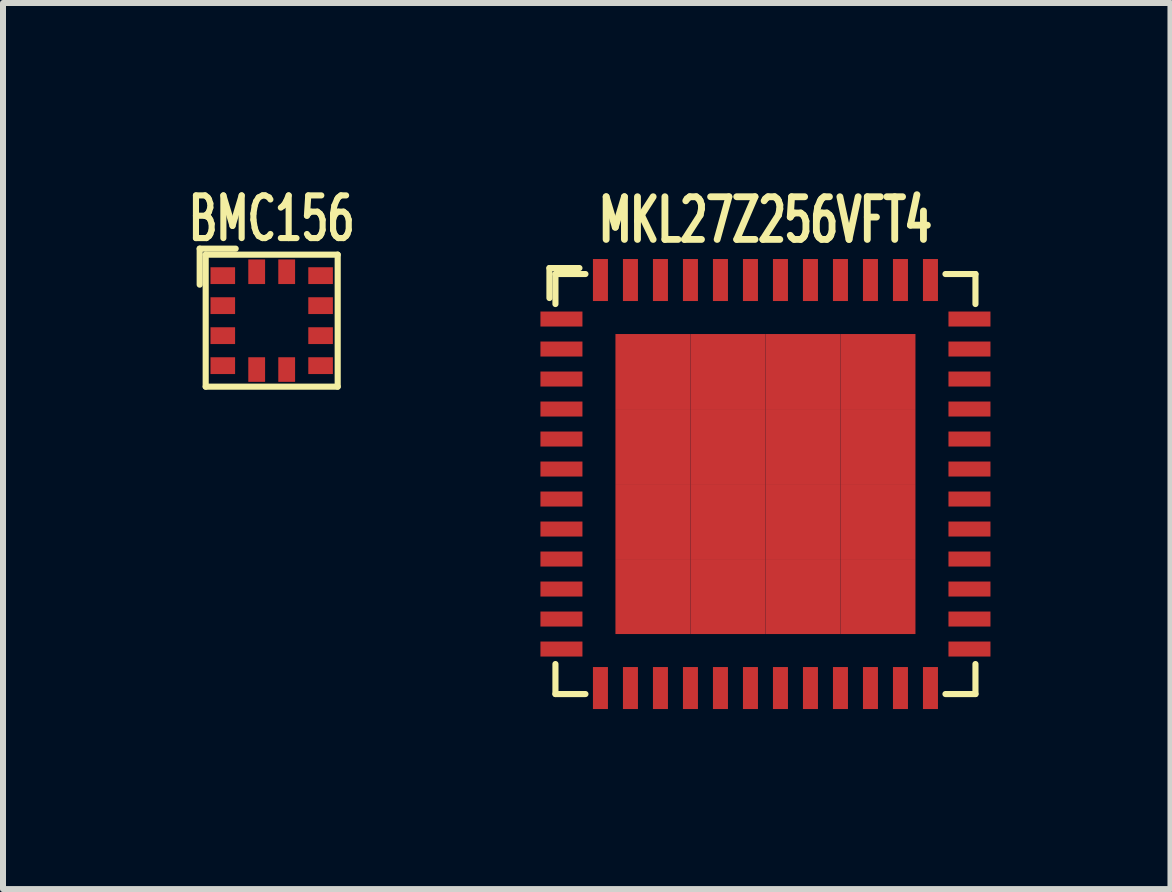
<source format=kicad_pcb>
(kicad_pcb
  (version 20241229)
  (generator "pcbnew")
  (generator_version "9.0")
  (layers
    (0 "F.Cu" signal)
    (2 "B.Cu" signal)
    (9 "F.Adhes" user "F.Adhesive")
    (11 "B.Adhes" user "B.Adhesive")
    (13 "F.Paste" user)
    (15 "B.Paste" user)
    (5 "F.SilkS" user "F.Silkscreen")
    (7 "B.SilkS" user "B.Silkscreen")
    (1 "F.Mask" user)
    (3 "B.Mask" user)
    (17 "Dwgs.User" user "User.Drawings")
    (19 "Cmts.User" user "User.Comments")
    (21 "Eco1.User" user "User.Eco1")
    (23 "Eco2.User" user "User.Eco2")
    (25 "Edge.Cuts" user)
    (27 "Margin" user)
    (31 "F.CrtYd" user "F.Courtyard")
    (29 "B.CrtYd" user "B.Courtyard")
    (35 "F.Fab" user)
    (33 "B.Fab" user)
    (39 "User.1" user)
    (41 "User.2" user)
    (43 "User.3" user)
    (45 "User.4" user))
  (footprint "BMC156"
    (layer "F.Cu")
    (at 1.478 2.294)
    (property "Reference" "BMC156" (at 0 -1.7 0) (layer "F.SilkS") (effects (font (size 0.711 0.457) (thickness 0.102))))
    (attr through_hole)
    (fp_line (start -1.2 -1.2) (end -1.2 -0.6) (stroke (width 0.102) (type solid)) (layer "F.SilkS"))
    (fp_line (start -1.1 -1.1) (end 1.1 -1.1) (stroke (width 0.102) (type solid)) (layer "F.SilkS"))
    (fp_line (start -1.1 1.1) (end -1.1 -1.1) (stroke (width 0.102) (type solid)) (layer "F.SilkS"))
    (fp_line (start -0.6 -1.2) (end -1.2 -1.2) (stroke (width 0.102) (type solid)) (layer "F.SilkS"))
    (fp_line (start 1.1 -1.1) (end 1.1 1.1) (stroke (width 0.102) (type solid)) (layer "F.SilkS"))
    (fp_line (start 1.1 1.1) (end -1.1 1.1) (stroke (width 0.102) (type solid)) (layer "F.SilkS"))
    (pad "1" smd rect (at -0.815 -0.75) (size 0.41 0.28) (layers "F.Cu" "F.Mask" "F.Paste"))
    (pad "2" smd rect (at -0.815 -0.25 180) (size 0.41 0.28) (layers "F.Cu" "F.Mask" "F.Paste"))
    (pad "3" smd rect (at -0.815 0.25) (size 0.41 0.28) (layers "F.Cu" "F.Mask" "F.Paste"))
    (pad "4" smd rect (at -0.815 0.75) (size 0.41 0.28) (layers "F.Cu" "F.Mask" "F.Paste"))
    (pad "5" smd rect (at -0.25 0.815 90) (size 0.41 0.28) (layers "F.Cu" "F.Mask" "F.Paste"))
    (pad "6" smd rect (at 0.25 0.815 90) (size 0.41 0.28) (layers "F.Cu" "F.Mask" "F.Paste"))
    (pad "7" smd rect (at 0.815 0.75 180) (size 0.41 0.28) (layers "F.Cu" "F.Mask" "F.Paste"))
    (pad "8" smd rect (at 0.815 0.25 180) (size 0.41 0.28) (layers "F.Cu" "F.Mask" "F.Paste"))
    (pad "9" smd rect (at 0.815 -0.25 180) (size 0.41 0.28) (layers "F.Cu" "F.Mask" "F.Paste"))
    (pad "10" smd rect (at 0.815 -0.75 180) (size 0.41 0.28) (layers "F.Cu" "F.Mask" "F.Paste"))
    (pad "11" smd rect (at 0.25 -0.815 90) (size 0.41 0.28) (layers "F.Cu" "F.Mask" "F.Paste"))
    (pad "12" smd rect (at -0.25 -0.815 90) (size 0.41 0.28) (layers "F.Cu" "F.Mask" "F.Paste")))
  (footprint "MKL27Z256VFT4"
    (layer "F.Cu")
    (at 9.707 5.017)
    (property "Reference" "MKL27Z256VFT4" (at 0 -4.4 0) (layer "F.SilkS") (effects (font (size 0.711 0.457) (thickness 0.114))))
    (attr smd)
    (fp_line (start -3.6 -3.6) (end -3.6 -3.1) (stroke (width 0.102) (type solid)) (layer "F.SilkS"))
    (fp_line (start -3.5 -3.5) (end -3.5 -3) (stroke (width 0.102) (type solid)) (layer "F.SilkS"))
    (fp_line (start -3.5 3.5) (end -3.5 3) (stroke (width 0.102) (type solid)) (layer "F.SilkS"))
    (fp_line (start -3.1 -3.6) (end -3.6 -3.6) (stroke (width 0.102) (type solid)) (layer "F.SilkS"))
    (fp_line (start -3 -3.5) (end -3.5 -3.5) (stroke (width 0.102) (type solid)) (layer "F.SilkS"))
    (fp_line (start -3 3.5) (end -3.5 3.5) (stroke (width 0.102) (type solid)) (layer "F.SilkS"))
    (fp_line (start 3 -3.5) (end 3.5 -3.5) (stroke (width 0.102) (type solid)) (layer "F.SilkS"))
    (fp_line (start 3.5 -3.5) (end 3.5 -3) (stroke (width 0.102) (type solid)) (layer "F.SilkS"))
    (fp_line (start 3.5 3) (end 3.5 3.5) (stroke (width 0.102) (type solid)) (layer "F.SilkS"))
    (fp_line (start 3.5 3.5) (end 3 3.5) (stroke (width 0.102) (type solid)) (layer "F.SilkS"))
    (pad "1" smd rect (at -3.4 -2.75) (size 0.7 0.25) (layers "F.Cu" "F.Mask" "F.Paste"))
    (pad "2" smd rect (at -3.4 -2.25) (size 0.7 0.25) (layers "F.Cu" "F.Mask" "F.Paste"))
    (pad "3" smd rect (at -3.4 -1.75) (size 0.7 0.25) (layers "F.Cu" "F.Mask" "F.Paste"))
    (pad "4" smd rect (at -3.4 -1.25) (size 0.7 0.25) (layers "F.Cu" "F.Mask" "F.Paste"))
    (pad "5" smd rect (at -3.4 -0.75) (size 0.7 0.25) (layers "F.Cu" "F.Mask" "F.Paste"))
    (pad "6" smd rect (at -3.4 -0.25) (size 0.7 0.25) (layers "F.Cu" "F.Mask" "F.Paste"))
    (pad "7" smd rect (at -3.4 0.25) (size 0.7 0.25) (layers "F.Cu" "F.Mask" "F.Paste"))
    (pad "8" smd rect (at -3.4 0.75) (size 0.7 0.25) (layers "F.Cu" "F.Mask" "F.Paste"))
    (pad "9" smd rect (at -3.4 1.25) (size 0.7 0.25) (layers "F.Cu" "F.Mask" "F.Paste"))
    (pad "10" smd rect (at -3.4 1.75) (size 0.7 0.25) (layers "F.Cu" "F.Mask" "F.Paste"))
    (pad "11" smd rect (at -3.4 2.25) (size 0.7 0.25) (layers "F.Cu" "F.Mask" "F.Paste"))
    (pad "12" smd rect (at -3.4 2.75) (size 0.7 0.25) (layers "F.Cu" "F.Mask" "F.Paste"))
    (pad "13" smd rect (at -2.75 3.4 90) (size 0.7 0.25) (layers "F.Cu" "F.Mask" "F.Paste"))
    (pad "14" smd rect (at -2.25 3.4 90) (size 0.7 0.25) (layers "F.Cu" "F.Mask" "F.Paste"))
    (pad "15" smd rect (at -1.75 3.4 90) (size 0.7 0.25) (layers "F.Cu" "F.Mask" "F.Paste"))
    (pad "16" smd rect (at -1.25 3.4 90) (size 0.7 0.25) (layers "F.Cu" "F.Mask" "F.Paste"))
    (pad "17" smd rect (at -0.75 3.4 90) (size 0.7 0.25) (layers "F.Cu" "F.Mask" "F.Paste"))
    (pad "18" smd rect (at -0.25 3.4 90) (size 0.7 0.25) (layers "F.Cu" "F.Mask" "F.Paste"))
    (pad "19" smd rect (at 0.25 3.4 90) (size 0.7 0.25) (layers "F.Cu" "F.Mask" "F.Paste"))
    (pad "20" smd rect (at 0.75 3.4 90) (size 0.7 0.25) (layers "F.Cu" "F.Mask" "F.Paste"))
    (pad "21" smd rect (at 1.25 3.4 90) (size 0.7 0.25) (layers "F.Cu" "F.Mask" "F.Paste"))
    (pad "22" smd rect (at 1.75 3.4 90) (size 0.7 0.25) (layers "F.Cu" "F.Mask" "F.Paste"))
    (pad "23" smd rect (at 2.25 3.4 90) (size 0.7 0.25) (layers "F.Cu" "F.Mask" "F.Paste"))
    (pad "24" smd rect (at 2.75 3.4 90) (size 0.7 0.25) (layers "F.Cu" "F.Mask" "F.Paste"))
    (pad "25" smd rect (at 3.4 2.75) (size 0.7 0.25) (layers "F.Cu" "F.Mask" "F.Paste"))
    (pad "26" smd rect (at 3.4 2.25) (size 0.7 0.25) (layers "F.Cu" "F.Mask" "F.Paste"))
    (pad "27" smd rect (at 3.4 1.75) (size 0.7 0.25) (layers "F.Cu" "F.Mask" "F.Paste"))
    (pad "28" smd rect (at 3.4 1.25) (size 0.7 0.25) (layers "F.Cu" "F.Mask" "F.Paste"))
    (pad "29" smd rect (at 3.4 0.75) (size 0.7 0.25) (layers "F.Cu" "F.Mask" "F.Paste"))
    (pad "30" smd rect (at 3.4 0.25) (size 0.7 0.25) (layers "F.Cu" "F.Mask" "F.Paste"))
    (pad "31" smd rect (at 3.4 -0.25) (size 0.7 0.25) (layers "F.Cu" "F.Mask" "F.Paste"))
    (pad "32" smd rect (at 3.4 -0.75) (size 0.7 0.25) (layers "F.Cu" "F.Mask" "F.Paste"))
    (pad "33" smd rect (at 3.4 -1.25) (size 0.7 0.25) (layers "F.Cu" "F.Mask" "F.Paste"))
    (pad "34" smd rect (at 3.4 -1.75) (size 0.7 0.25) (layers "F.Cu" "F.Mask" "F.Paste"))
    (pad "35" smd rect (at 3.4 -2.25) (size 0.7 0.25) (layers "F.Cu" "F.Mask" "F.Paste"))
    (pad "36" smd rect (at 3.4 -2.75) (size 0.7 0.25) (layers "F.Cu" "F.Mask" "F.Paste"))
    (pad "37" smd rect (at 2.75 -3.4 90) (size 0.7 0.25) (layers "F.Cu" "F.Mask" "F.Paste"))
    (pad "38" smd rect (at 2.25 -3.4 90) (size 0.7 0.25) (layers "F.Cu" "F.Mask" "F.Paste"))
    (pad "39" smd rect (at 1.75 -3.4 90) (size 0.7 0.25) (layers "F.Cu" "F.Mask" "F.Paste"))
    (pad "40" smd rect (at 1.25 -3.4 90) (size 0.7 0.25) (layers "F.Cu" "F.Mask" "F.Paste"))
    (pad "41" smd rect (at 0.75 -3.4 90) (size 0.7 0.25) (layers "F.Cu" "F.Mask" "F.Paste"))
    (pad "42" smd rect (at 0.25 -3.4 90) (size 0.7 0.25) (layers "F.Cu" "F.Mask" "F.Paste"))
    (pad "43" smd rect (at -0.25 -3.4 90) (size 0.7 0.25) (layers "F.Cu" "F.Mask" "F.Paste"))
    (pad "44" smd rect (at -0.75 -3.4 90) (size 0.7 0.25) (layers "F.Cu" "F.Mask" "F.Paste"))
    (pad "45" smd rect (at -1.25 -3.4 90) (size 0.7 0.25) (layers "F.Cu" "F.Mask" "F.Paste"))
    (pad "46" smd rect (at -1.75 -3.4 90) (size 0.7 0.25) (layers "F.Cu" "F.Mask" "F.Paste"))
    (pad "47" smd rect (at -2.25 -3.4 90) (size 0.7 0.25) (layers "F.Cu" "F.Mask" "F.Paste"))
    (pad "48" smd rect (at -2.75 -3.4 90) (size 0.7 0.25) (layers "F.Cu" "F.Mask" "F.Paste"))
    (pad "49" smd rect (at -1.875 -1.875) (size 1.25 1.25) (layers "F.Cu" "F.Mask" "F.Paste"))
    (pad "49" smd rect (at -1.875 -0.625) (size 1.25 1.25) (layers "F.Cu" "F.Mask" "F.Paste"))
    (pad "49" smd rect (at -1.875 0.625) (size 1.25 1.25) (layers "F.Cu" "F.Mask" "F.Paste"))
    (pad "49" smd rect (at -1.875 1.875) (size 1.25 1.25) (layers "F.Cu" "F.Mask" "F.Paste"))
    (pad "49" smd rect (at -0.625 -1.875) (size 1.25 1.25) (layers "F.Cu" "F.Mask" "F.Paste"))
    (pad "49" smd rect (at -0.625 -0.625) (size 1.25 1.25) (layers "F.Cu" "F.Mask" "F.Paste"))
    (pad "49" smd rect (at -0.625 0.625) (size 1.25 1.25) (layers "F.Cu" "F.Mask" "F.Paste"))
    (pad "49" smd rect (at -0.625 1.875) (size 1.25 1.25) (layers "F.Cu" "F.Mask" "F.Paste"))
    (pad "49" smd rect (at 0.625 -1.875) (size 1.25 1.25) (layers "F.Cu" "F.Mask" "F.Paste"))
    (pad "49" smd rect (at 0.625 -0.625) (size 1.25 1.25) (layers "F.Cu" "F.Mask" "F.Paste"))
    (pad "49" smd rect (at 0.625 0.625) (size 1.25 1.25) (layers "F.Cu" "F.Mask" "F.Paste"))
    (pad "49" smd rect (at 0.625 1.875) (size 1.25 1.25) (layers "F.Cu" "F.Mask" "F.Paste"))
    (pad "49" smd rect (at 1.875 -1.875) (size 1.25 1.25) (layers "F.Cu" "F.Mask" "F.Paste"))
    (pad "49" smd rect (at 1.875 -0.625) (size 1.25 1.25) (layers "F.Cu" "F.Mask" "F.Paste"))
    (pad "49" smd rect (at 1.875 0.625) (size 1.25 1.25) (layers "F.Cu" "F.Mask" "F.Paste"))
    (pad "49" smd rect (at 1.875 1.875) (size 1.25 1.25) (layers "F.Cu" "F.Mask" "F.Paste")))
  (gr_rect
    (start -3 -3)
    (end 16.457 11.767)
    (stroke (width 0.1) (type default))
    (fill no)
    (layer "Edge.Cuts")))
</source>
